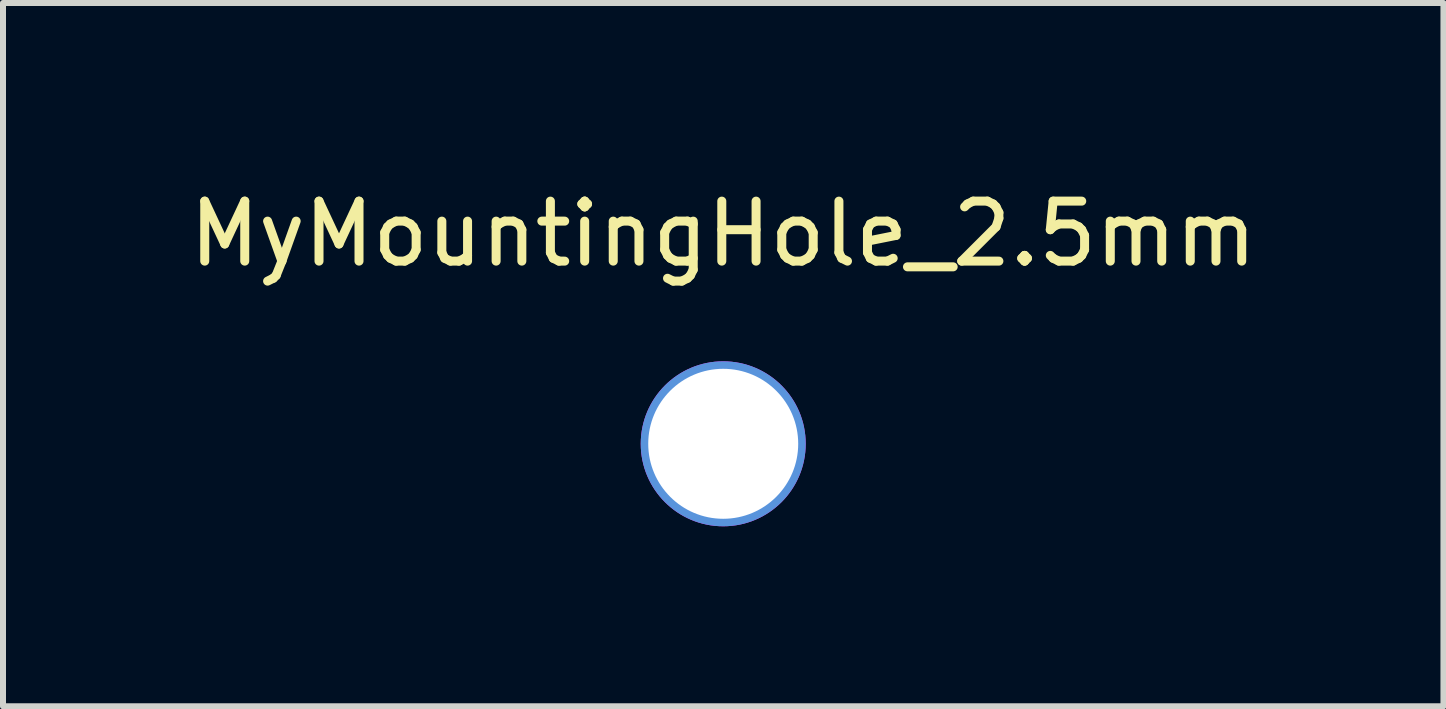
<source format=kicad_pcb>
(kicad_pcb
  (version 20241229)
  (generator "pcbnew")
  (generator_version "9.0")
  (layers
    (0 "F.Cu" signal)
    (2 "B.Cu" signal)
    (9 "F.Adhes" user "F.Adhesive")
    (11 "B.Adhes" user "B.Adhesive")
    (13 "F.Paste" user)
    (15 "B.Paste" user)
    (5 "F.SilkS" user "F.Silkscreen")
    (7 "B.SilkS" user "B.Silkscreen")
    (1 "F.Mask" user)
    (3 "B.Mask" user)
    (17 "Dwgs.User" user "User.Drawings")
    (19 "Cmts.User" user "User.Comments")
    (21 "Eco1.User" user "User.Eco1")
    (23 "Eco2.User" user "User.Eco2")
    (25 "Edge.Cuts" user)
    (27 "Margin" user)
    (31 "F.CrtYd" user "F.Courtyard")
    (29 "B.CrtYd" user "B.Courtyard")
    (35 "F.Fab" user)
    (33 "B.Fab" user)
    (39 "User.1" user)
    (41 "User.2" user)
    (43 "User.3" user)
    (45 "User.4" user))
  (footprint "MyMountingHole_2.5mm"
    (layer "F.Cu")
    (at 9.006 4.348)
    (property "Reference" "MyMountingHole_2.5mm" (at 0 -3.5 0) (layer "F.SilkS") (effects (font (size 1 1) (thickness 0.15))))
    (attr through_hole)
    (fp_circle (center 0 0) (end 1.3 0) (stroke (width 0.15) (type solid)) (fill no) (layer "Cmts.User"))
    (fp_circle (center 0 0) (end 1.35 0) (stroke (width 0.05) (type solid)) (fill no) (layer "F.CrtYd"))
    (pad "1" thru_hole circle (at 0 0) (size 2.5 2.5) (drill 2.5) (layers "B.Cu")))
  (gr_rect
    (start -3 -3)
    (end 21.012 8.723)
    (stroke (width 0.1) (type default))
    (fill no)
    (layer "Edge.Cuts")))
</source>
